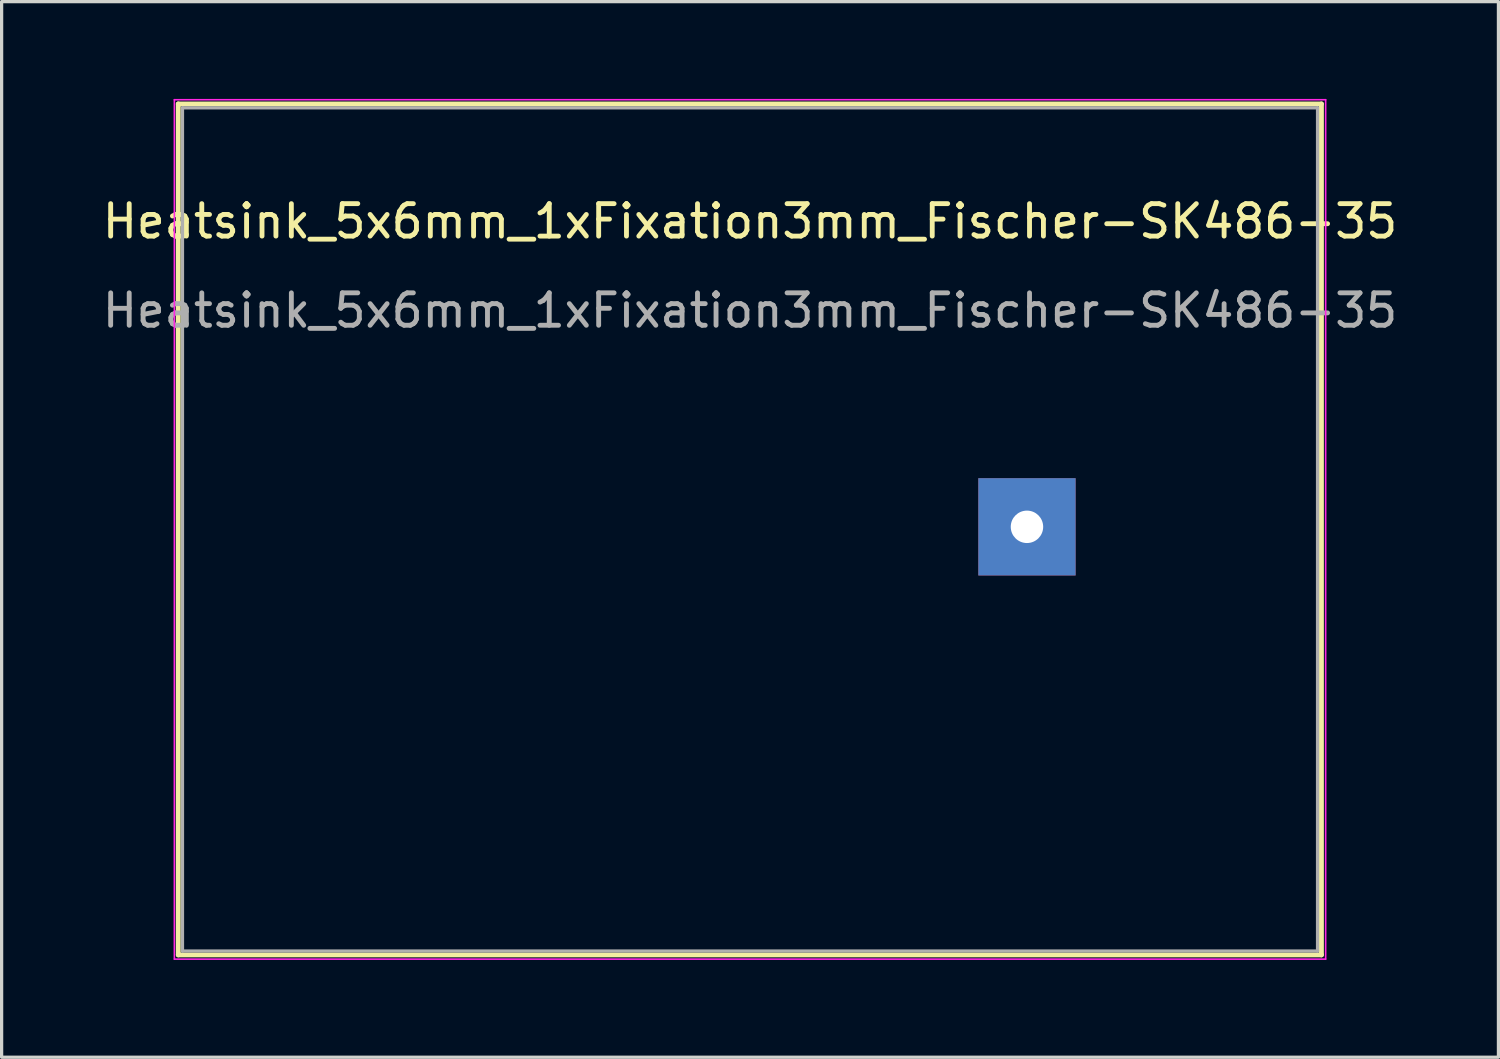
<source format=kicad_pcb>
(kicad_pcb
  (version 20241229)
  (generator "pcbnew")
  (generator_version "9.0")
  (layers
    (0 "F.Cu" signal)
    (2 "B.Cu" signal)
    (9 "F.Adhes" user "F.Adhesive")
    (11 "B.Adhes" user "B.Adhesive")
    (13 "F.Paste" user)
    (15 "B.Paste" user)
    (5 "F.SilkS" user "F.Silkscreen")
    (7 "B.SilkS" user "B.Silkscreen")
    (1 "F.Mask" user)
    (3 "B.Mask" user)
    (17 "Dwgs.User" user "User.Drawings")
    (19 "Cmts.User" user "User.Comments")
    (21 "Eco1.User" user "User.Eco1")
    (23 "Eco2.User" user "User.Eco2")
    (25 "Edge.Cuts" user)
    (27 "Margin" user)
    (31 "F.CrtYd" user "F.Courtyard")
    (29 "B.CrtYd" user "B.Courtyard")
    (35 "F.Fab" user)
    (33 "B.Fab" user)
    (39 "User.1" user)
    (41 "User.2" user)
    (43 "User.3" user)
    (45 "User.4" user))
  (footprint "Heatsink_5x6mm_1xFixation3mm_Fischer-SK486-35"
    (layer "F.Cu")
    (at 28.617 13.195)
    (property "Reference" "Heatsink_5x6mm_1xFixation3mm_Fischer-SK486-35" (at -8.54 -9.42 0) (layer "F.SilkS") (effects (font (size 1 1) (thickness 0.15))))
    (attr through_hole)
    (fp_line (start -26.17 -13.04) (end -26.17 13.2) (stroke (width 0.15) (type solid)) (layer "F.SilkS"))
    (fp_line (start -26.17 13.2) (end 9.08 13.2) (stroke (width 0.15) (type solid)) (layer "F.SilkS"))
    (fp_line (start 9.08 -13.04) (end -26.17 -13.04) (stroke (width 0.15) (type solid)) (layer "F.SilkS"))
    (fp_line (start 9.08 13.2) (end 9.08 -13.04) (stroke (width 0.15) (type solid)) (layer "F.SilkS"))
    (fp_line (start -26.29 -13.17) (end -26.29 13.33) (stroke (width 0.05) (type solid)) (layer "F.CrtYd"))
    (fp_line (start -26.29 -13.17) (end 9.21 -13.17) (stroke (width 0.05) (type solid)) (layer "F.CrtYd"))
    (fp_line (start 9.21 13.33) (end -26.29 13.33) (stroke (width 0.05) (type solid)) (layer "F.CrtYd"))
    (fp_line (start 9.21 13.33) (end 9.21 -13.17) (stroke (width 0.05) (type solid)) (layer "F.CrtYd"))
    (fp_line (start -26.04 -12.92) (end 8.96 -12.92) (stroke (width 0.1) (type solid)) (layer "F.Fab"))
    (fp_line (start -26.04 13.08) (end -26.04 -12.92) (stroke (width 0.1) (type solid)) (layer "F.Fab"))
    (fp_line (start 8.96 -12.92) (end 8.96 13.08) (stroke (width 0.1) (type solid)) (layer "F.Fab"))
    (fp_line (start 8.96 13.08) (end -26.04 13.08) (stroke (width 0.1) (type solid)) (layer "F.Fab"))
    (fp_text user "${REFERENCE}" (at -8.54 -6.67 0) (layer "F.Fab") (effects (font (size 1 1) (thickness 0.15))))
    (pad "1" thru_hole rect (at 0 0) (size 3 3) (drill 1) (layers "*.Cu" "*.Mask")))
  (gr_rect
    (start -3 -3)
    (end 43.155 29.55)
    (stroke (width 0.1) (type default))
    (fill no)
    (layer "Edge.Cuts")))
</source>
